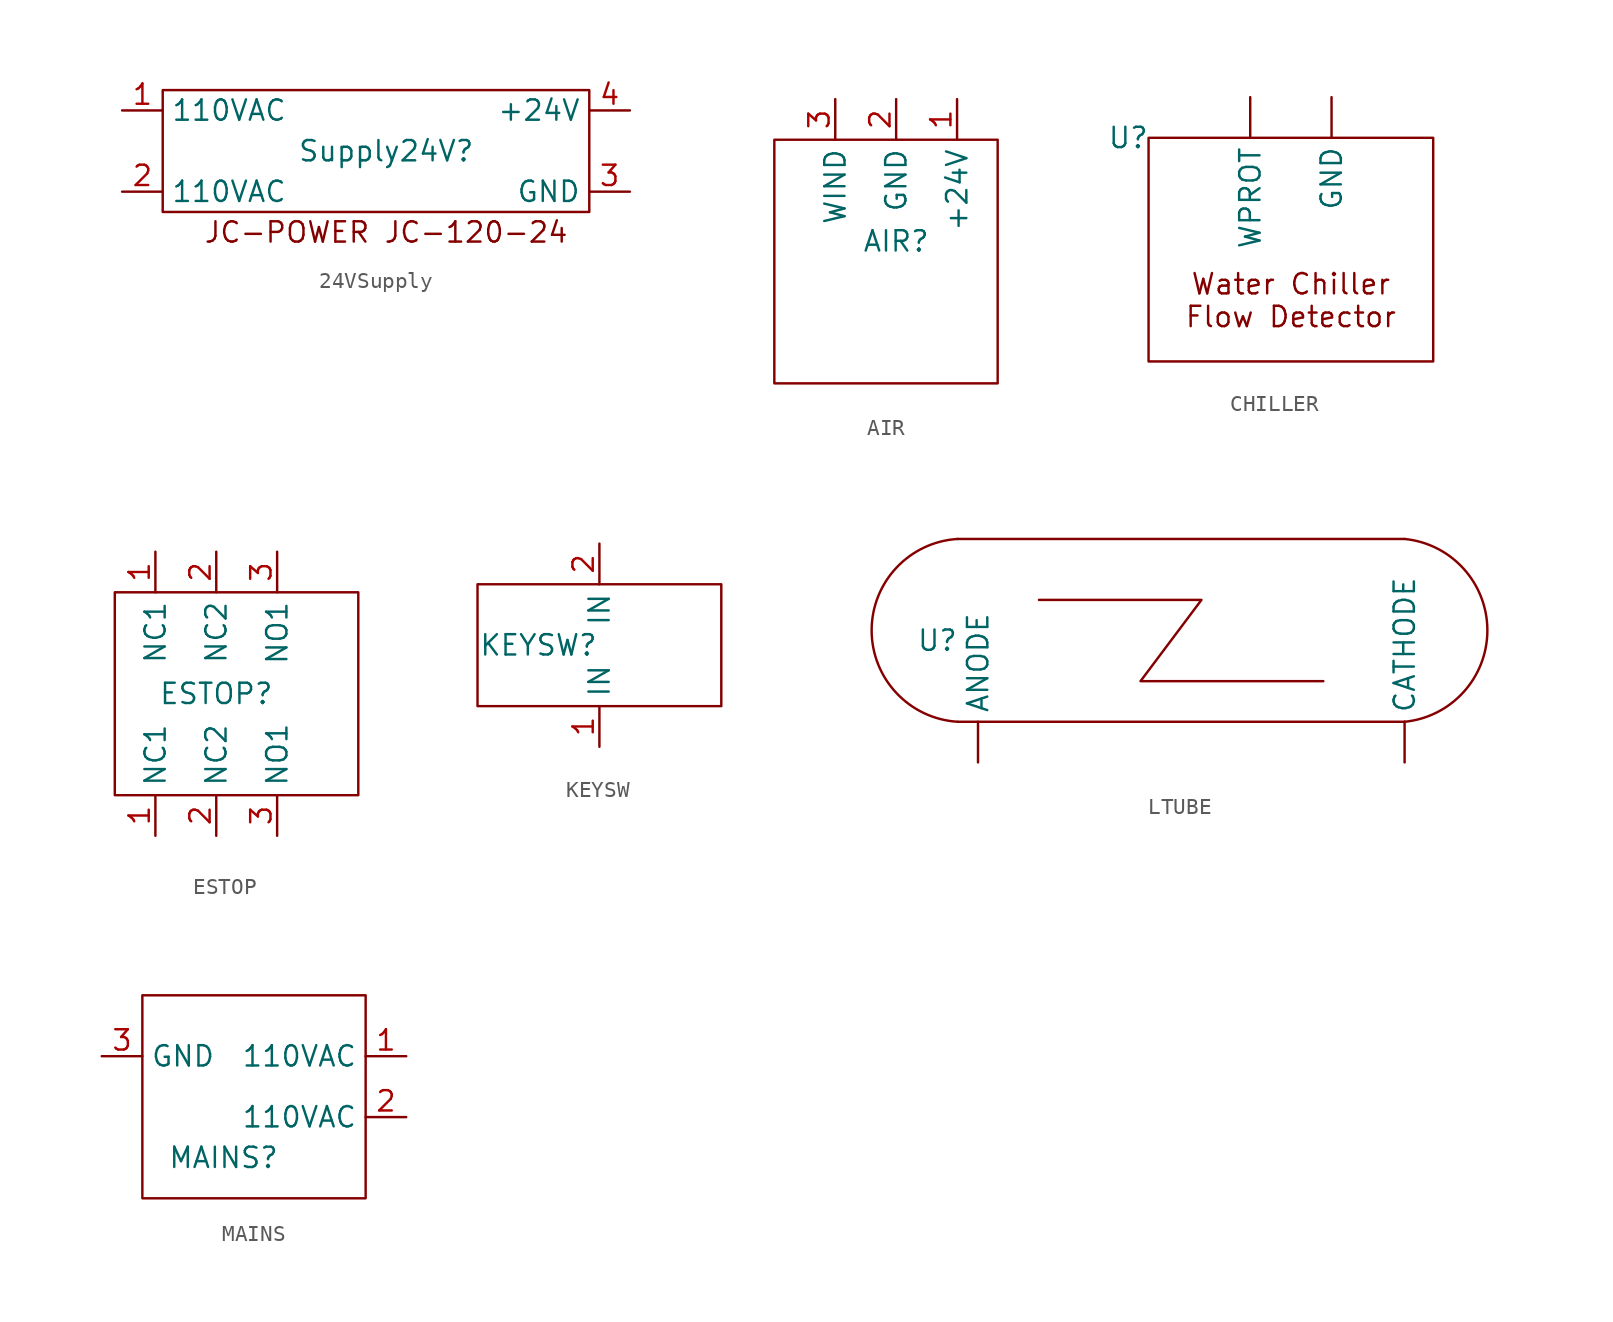
<source format=kicad_sym>
(kicad_symbol_lib
  (version 20220914)
  (generator kicad_symbol_editor)
  (symbol "24VSupply"
    (property "Reference" "Supply24V"
      (at 0 0 0)
      (effects (font (size 1.27 1.27))))
    (property "Value" ""
      (at 0 0 0)
      (effects (font (size 1.27 1.27))))
    (symbol "24VSupply_0_1"
      (rectangle (start -13.97 3.81) (end 12.7 -3.81) (stroke (width 0) (type default)) (fill (type none))))
    (symbol "24VSupply_1_1"
      (text "JC-POWER JC-120-24" (at 0 -5.08 0) (effects (font (size 1.27 1.27))))
      (pin input line (at -16.51 2.54 0) (length 2.54) (name "110VAC" (effects (font (size 1.27 1.27)))) (number "1" (effects (font (size 1.27 1.27)))))
      (pin input line (at -16.51 -2.54 0) (length 2.54) (name "110VAC" (effects (font (size 1.27 1.27)))) (number "2" (effects (font (size 1.27 1.27)))))
      (pin input line (at 15.24 -2.54 180) (length 2.54) (name "GND" (effects (font (size 1.27 1.27)))) (number "3" (effects (font (size 1.27 1.27)))))
      (pin input line (at 15.24 2.54 180) (length 2.54) (name "+24V" (effects (font (size 1.27 1.27)))) (number "4" (effects (font (size 1.27 1.27)))))))
  (symbol "AIR"
    (property "Reference" "AIR"
      (at 0 0 0)
      (effects (font (size 1.27 1.27))))
    (property "Value" ""
      (at 0 0 0)
      (effects (font (size 1.27 1.27))))
    (symbol "AIR_0_1"
      (rectangle (start -7.62 6.35) (end 6.35 -8.89) (stroke (width 0) (type default)) (fill (type none))))
    (symbol "AIR_1_1"
      (pin input line (at 3.81 8.89 270) (length 2.54) (name "+24V" (effects (font (size 1.27 1.27)))) (number "1" (effects (font (size 1.27 1.27)))))
      (pin input line (at 0 8.89 270) (length 2.54) (name "GND" (effects (font (size 1.27 1.27)))) (number "2" (effects (font (size 1.27 1.27)))))
      (pin input line (at -3.81 8.89 270) (length 2.54) (name "WIND" (effects (font (size 1.27 1.27)))) (number "3" (effects (font (size 1.27 1.27)))))))
  (symbol "CHILLER"
    (property "Reference" "U"
      (at 0 0 0)
      (effects (font (size 1.27 1.27))))
    (property "Value" ""
      (at 0 0 0)
      (effects (font (size 1.27 1.27))))
    (symbol "CHILLER_0_1"
      (rectangle (start 1.27 0) (end 19.05 -13.97) (stroke (width 0) (type default)) (fill (type none))))
    (symbol "CHILLER_1_1"
      (text "Water Chiller\nFlow Detector" (at 10.16 -10.16 0) (effects (font (size 1.27 1.27))))
      (pin input line (at 12.7 2.54 270) (length 2.54) (name "GND" (effects (font (size 1.27 1.27)))) (number "" (effects (font (size 1.27 1.27)))))
      (pin input line (at 7.62 2.54 270) (length 2.54) (name "WPROT" (effects (font (size 1.27 1.27)))) (number "" (effects (font (size 1.27 1.27)))))))
  (symbol "ESTOP"
    (property "Reference" "ESTOP"
      (at 7.62 0 0)
      (effects (font (size 1.27 1.27))))
    (property "Value" ""
      (at 0 0 0)
      (effects (font (size 1.27 1.27))))
    (symbol "ESTOP_0_1"
      (rectangle (start 1.27 6.35) (end 16.51 -6.35) (stroke (width 0) (type default)) (fill (type none))))
    (symbol "ESTOP_1_1"
      (pin input line (at 3.81 -8.89 90) (length 2.54) (name "NC1" (effects (font (size 1.27 1.27)))) (number "1" (effects (font (size 1.27 1.27)))))
      (pin input line (at 3.81 8.89 270) (length 2.54) (name "NC1" (effects (font (size 1.27 1.27)))) (number "1" (effects (font (size 1.27 1.27)))))
      (pin input line (at 7.62 -8.89 90) (length 2.54) (name "NC2" (effects (font (size 1.27 1.27)))) (number "2" (effects (font (size 1.27 1.27)))))
      (pin input line (at 7.62 8.89 270) (length 2.54) (name "NC2" (effects (font (size 1.27 1.27)))) (number "2" (effects (font (size 1.27 1.27)))))
      (pin input line (at 11.43 -8.89 90) (length 2.54) (name "NO1" (effects (font (size 1.27 1.27)))) (number "3" (effects (font (size 1.27 1.27)))))
      (pin input line (at 11.43 8.89 270) (length 2.54) (name "NO1" (effects (font (size 1.27 1.27)))) (number "3" (effects (font (size 1.27 1.27)))))))
  (symbol "KEYSW"
    (property "Reference" "KEYSW"
      (at 3.81 3.81 0)
      (effects (font (size 1.27 1.27))))
    (property "Value" ""
      (at 0 0 0)
      (effects (font (size 1.27 1.27))))
    (symbol "KEYSW_0_1"
      (rectangle (start 0 7.62) (end 15.24 0) (stroke (width 0) (type default)) (fill (type none))))
    (symbol "KEYSW_1_1"
      (pin input line (at 7.62 -2.54 90) (length 2.54) (name "IN" (effects (font (size 1.27 1.27)))) (number "1" (effects (font (size 1.27 1.27)))))
      (pin input line (at 7.62 10.16 270) (length 2.54) (name "IN" (effects (font (size 1.27 1.27)))) (number "2" (effects (font (size 1.27 1.27)))))))
  (symbol "LTUBE"
    (property "Reference" "U"
      (at 0 0 0)
      (effects (font (size 1.27 1.27))))
    (property "Value" ""
      (at 0 0 0)
      (effects (font (size 1.27 1.27))))
    (symbol "LTUBE_0_1"
      (polyline (pts (xy 1.27 -5.08) (xy 29.21 -5.08)) (stroke (width 0) (type default)) (fill (type none)))
      (polyline (pts (xy 1.27 6.35) (xy 29.21 6.35)) (stroke (width 0) (type default)) (fill (type none)))
      (polyline (pts (xy 6.35 2.54) (xy 16.51 2.54) (xy 12.7 -2.54) (xy 24.13 -2.54)) (stroke (width 0) (type default)) (fill (type none)))
      (arc (start 1.27 6.35) (mid -4.1105 0.635) (end 1.27 -5.08) (stroke (width 0) (type default)) (fill (type none)))
      (arc (start 29.21 -5.08) (mid 34.3848 0.635) (end 29.21 6.35) (stroke (width 0) (type default)) (fill (type none))))
    (symbol "LTUBE_1_1"
      (pin input line (at 2.54 -7.62 90) (length 2.54) (name "ANODE" (effects (font (size 1.27 1.27)))) (number "" (effects (font (size 1.27 1.27)))))
      (pin input line (at 29.21 -7.62 90) (length 2.54) (name "CATHODE" (effects (font (size 1.27 1.27)))) (number "" (effects (font (size 1.27 1.27)))))))
  (symbol "MAINS"
    (property "Reference" "MAINS"
      (at 0 -3.81 0)
      (effects (font (size 1.27 1.27))))
    (property "Value" ""
      (at 0 0 0)
      (effects (font (size 1.27 1.27))))
    (symbol "MAINS_0_1"
      (rectangle (start -5.08 6.35) (end 8.89 -6.35) (stroke (width 0) (type default)) (fill (type none))))
    (symbol "MAINS_1_1"
      (pin power_out line (at 11.43 2.54 180) (length 2.54) (name "110VAC" (effects (font (size 1.27 1.27)))) (number "1" (effects (font (size 1.27 1.27)))))
      (pin power_out line (at 11.43 -1.27 180) (length 2.54) (name "110VAC" (effects (font (size 1.27 1.27)))) (number "2" (effects (font (size 1.27 1.27)))))
      (pin input line (at -7.62 2.54 0) (length 2.54) (name "GND" (effects (font (size 1.27 1.27)))) (number "3" (effects (font (size 1.27 1.27))))))))
</source>
